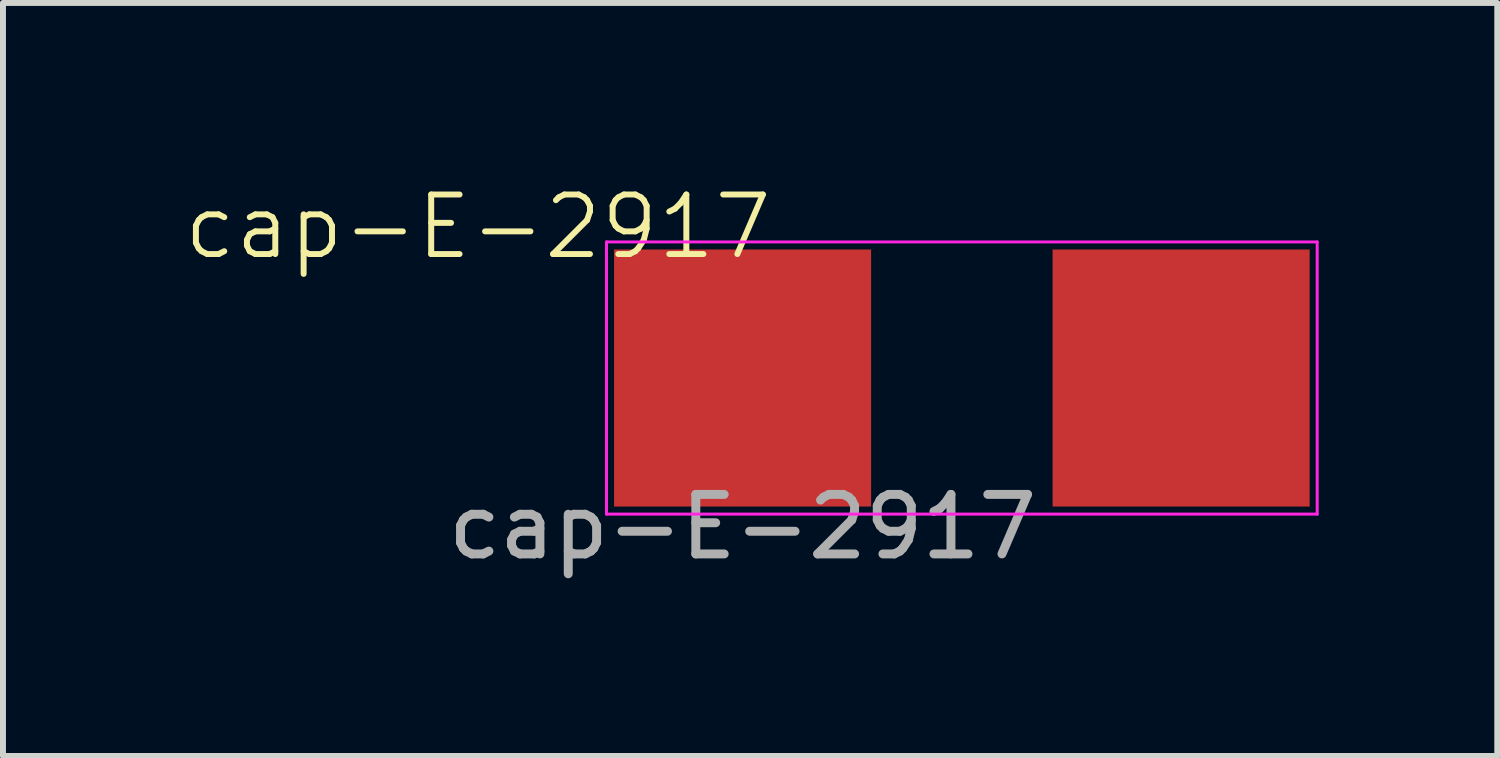
<source format=kicad_pcb>
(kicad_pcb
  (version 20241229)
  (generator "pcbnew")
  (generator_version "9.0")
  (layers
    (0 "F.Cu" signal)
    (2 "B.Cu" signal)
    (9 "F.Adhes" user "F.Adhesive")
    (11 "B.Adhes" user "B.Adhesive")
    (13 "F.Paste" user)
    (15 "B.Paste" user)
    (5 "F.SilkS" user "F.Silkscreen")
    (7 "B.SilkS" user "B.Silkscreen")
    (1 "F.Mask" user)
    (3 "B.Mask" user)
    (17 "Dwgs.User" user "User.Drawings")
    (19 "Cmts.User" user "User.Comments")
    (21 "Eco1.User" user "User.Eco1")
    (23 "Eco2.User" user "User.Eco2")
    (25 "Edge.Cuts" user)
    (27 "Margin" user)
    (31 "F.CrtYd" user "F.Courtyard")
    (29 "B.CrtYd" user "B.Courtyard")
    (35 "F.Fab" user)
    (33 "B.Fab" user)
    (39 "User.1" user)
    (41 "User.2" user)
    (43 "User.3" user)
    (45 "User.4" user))
  (footprint "cap-E-2917"
    (layer "F.Cu")
    (at 9.424 3.3)
    (property "Reference" "cap-E-2917" (at -4.445 -2.54 0) (unlocked yes) (layer "F.SilkS") (effects (font (size 1 1) (thickness 0.1))))
    (attr smd)
    (fp_line (start -2.286 -2.286) (end 9.652 -2.286) (stroke (width 0.05) (type default)) (layer "F.CrtYd"))
    (fp_line (start -2.286 2.286) (end -2.286 -2.286) (stroke (width 0.05) (type default)) (layer "F.CrtYd"))
    (fp_line (start 9.652 -2.286) (end 9.652 2.286) (stroke (width 0.05) (type default)) (layer "F.CrtYd"))
    (fp_line (start 9.652 2.286) (end -2.286 2.286) (stroke (width 0.05) (type default)) (layer "F.CrtYd"))
    (fp_text user "${REFERENCE}" (at 0 2.5 0) (unlocked yes) (layer "F.Fab") (effects (font (size 1 1) (thickness 0.15))))
    (pad "1" smd rect (at 0 0) (size 4.318 4.318) (layers "F.Cu" "F.Mask" "F.Paste"))
    (pad "2" smd rect (at 7.366 0) (size 4.318 4.318) (layers "F.Cu" "F.Mask" "F.Paste")))
  (gr_rect
    (start -3 -3)
    (end 22.101 9.649)
    (stroke (width 0.1) (type default))
    (fill no)
    (layer "Edge.Cuts")))
</source>
